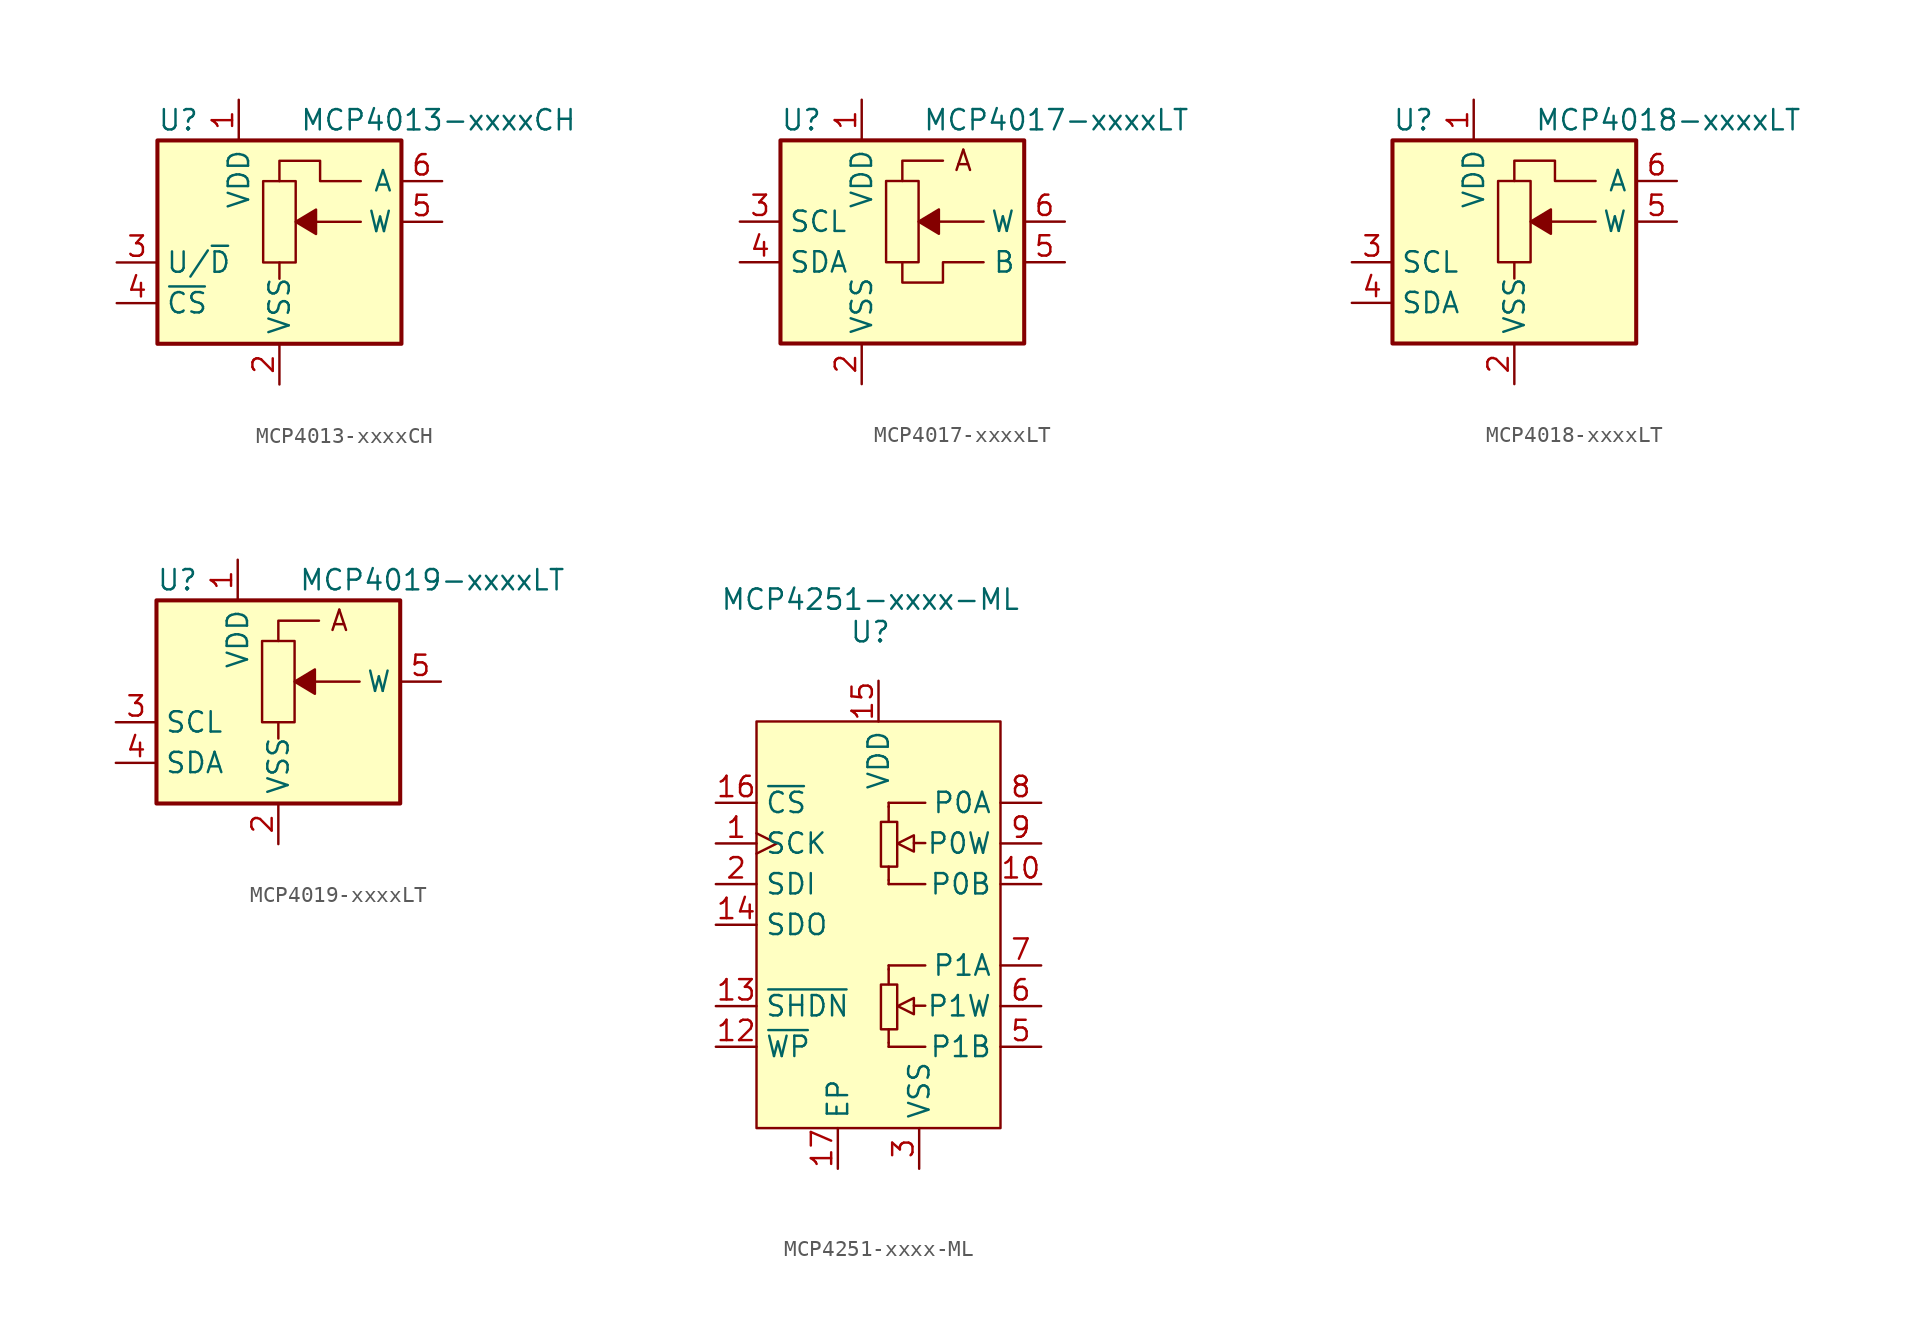
<source format=kicad_sym>
(kicad_symbol_lib
  (version 20201005)
  (generator kicad_symbol_editor)
  (symbol "Potentiometer_Digital:MCP4013-xxxxCH"
    (property "Reference" "U"
      (at -7.62 8.89 0)
      (effects (font (size 1.27 1.27)) (justify left)))
    (property "Value" "MCP4013-xxxxCH"
      (at 1.27 8.89 0)
      (effects (font (size 1.27 1.27)) (justify left)))
    (symbol "MCP4013-xxxxCH_0_1"
      (polyline (pts (xy 0 0) (xy 0 -1.016)) (stroke (width 0)) (fill (type none)))
      (polyline (pts (xy 5.08 5.08) (xy 2.54 5.08) (xy 2.54 6.35) (xy 0 6.35) (xy 0 5.08)) (stroke (width 0)) (fill (type none))))
    (symbol "MCP4013-xxxxCH_1_1"
      (rectangle (start -7.62 7.62) (end 7.62 -5.08) (stroke (width 0.254)) (fill (type background)))
      (rectangle (start 1.016 0) (end -1.016 5.08) (stroke (width 0)) (fill (type none)))
      (polyline (pts (xy 5.08 2.54) (xy 2.286 2.54)) (stroke (width 0)) (fill (type none)))
      (polyline (pts (xy 2.286 1.778) (xy 2.286 3.302) (xy 1.016 2.54) (xy 2.286 1.778)) (stroke (width 0)) (fill (type outline)))
      (pin power_in line (at -2.54 10.16 270) (length 2.54) (name "VDD" (effects (font (size 1.27 1.27)))) (number "1" (effects (font (size 1.27 1.27)))))
      (pin power_in line (at 0 -7.62 90) (length 2.54) (name "VSS" (effects (font (size 1.27 1.27)))) (number "2" (effects (font (size 1.27 1.27)))))
      (pin input line (at -10.16 0 0) (length 2.54) (name "U/~D" (effects (font (size 1.27 1.27)))) (number "3" (effects (font (size 1.27 1.27)))))
      (pin input line (at -10.16 -2.54 0) (length 2.54) (name "~CS" (effects (font (size 1.27 1.27)))) (number "4" (effects (font (size 1.27 1.27)))))
      (pin passive line (at 10.16 2.54 180) (length 2.54) (name "W" (effects (font (size 1.27 1.27)))) (number "5" (effects (font (size 1.27 1.27)))))
      (pin passive line (at 10.16 5.08 180) (length 2.54) (name "A" (effects (font (size 1.27 1.27)))) (number "6" (effects (font (size 1.27 1.27)))))))
  (symbol "Potentiometer_Digital:MCP4017-xxxxLT"
    (property "Reference" "U"
      (at -7.62 8.89 0)
      (effects (font (size 1.27 1.27)) (justify left)))
    (property "Value" "MCP4017-xxxxLT"
      (at 1.27 8.89 0)
      (effects (font (size 1.27 1.27)) (justify left)))
    (symbol "MCP4017-xxxxLT_0_0"
      (text "A" (at 3.81 6.35 0) (effects (font (size 1.27 1.27))))
      (polyline (pts (xy 0 5.08) (xy 0 6.35) (xy 2.54 6.35)) (stroke (width 0)) (fill (type none)))
      (polyline (pts (xy 5.08 0) (xy 2.54 0) (xy 2.54 -1.27) (xy 0 -1.27) (xy 0 0)) (stroke (width 0)) (fill (type none))))
    (symbol "MCP4017-xxxxLT_1_1"
      (rectangle (start -7.62 7.62) (end 7.62 -5.08) (stroke (width 0.254)) (fill (type background)))
      (rectangle (start 1.016 0) (end -1.016 5.08) (stroke (width 0)) (fill (type none)))
      (polyline (pts (xy 5.08 2.54) (xy 2.286 2.54)) (stroke (width 0)) (fill (type none)))
      (polyline (pts (xy 2.286 1.778) (xy 2.286 3.302) (xy 1.016 2.54) (xy 2.286 1.778)) (stroke (width 0)) (fill (type outline)))
      (pin power_in line (at -2.54 10.16 270) (length 2.54) (name "VDD" (effects (font (size 1.27 1.27)))) (number "1" (effects (font (size 1.27 1.27)))))
      (pin power_in line (at -2.54 -7.62 90) (length 2.54) (name "VSS" (effects (font (size 1.27 1.27)))) (number "2" (effects (font (size 1.27 1.27)))))
      (pin input line (at -10.16 2.54 0) (length 2.54) (name "SCL" (effects (font (size 1.27 1.27)))) (number "3" (effects (font (size 1.27 1.27)))))
      (pin bidirectional line (at -10.16 0 0) (length 2.54) (name "SDA" (effects (font (size 1.27 1.27)))) (number "4" (effects (font (size 1.27 1.27)))))
      (pin passive line (at 10.16 0 180) (length 2.54) (name "B" (effects (font (size 1.27 1.27)))) (number "5" (effects (font (size 1.27 1.27)))))
      (pin passive line (at 10.16 2.54 180) (length 2.54) (name "W" (effects (font (size 1.27 1.27)))) (number "6" (effects (font (size 1.27 1.27)))))))
  (symbol "Potentiometer_Digital:MCP4018-xxxxLT"
    (property "Reference" "U"
      (at -7.62 8.89 0)
      (effects (font (size 1.27 1.27)) (justify left)))
    (property "Value" "MCP4018-xxxxLT"
      (at 1.27 8.89 0)
      (effects (font (size 1.27 1.27)) (justify left)))
    (symbol "MCP4018-xxxxLT_0_1"
      (polyline (pts (xy 0 0) (xy 0 -1.016)) (stroke (width 0)) (fill (type none)))
      (polyline (pts (xy 5.08 5.08) (xy 2.54 5.08) (xy 2.54 6.35) (xy 0 6.35) (xy 0 5.08)) (stroke (width 0)) (fill (type none))))
    (symbol "MCP4018-xxxxLT_1_1"
      (rectangle (start -7.62 7.62) (end 7.62 -5.08) (stroke (width 0.254)) (fill (type background)))
      (rectangle (start 1.016 0) (end -1.016 5.08) (stroke (width 0)) (fill (type none)))
      (polyline (pts (xy 5.08 2.54) (xy 2.286 2.54)) (stroke (width 0)) (fill (type none)))
      (polyline (pts (xy 2.286 1.778) (xy 2.286 3.302) (xy 1.016 2.54) (xy 2.286 1.778)) (stroke (width 0)) (fill (type outline)))
      (pin power_in line (at -2.54 10.16 270) (length 2.54) (name "VDD" (effects (font (size 1.27 1.27)))) (number "1" (effects (font (size 1.27 1.27)))))
      (pin power_in line (at 0 -7.62 90) (length 2.54) (name "VSS" (effects (font (size 1.27 1.27)))) (number "2" (effects (font (size 1.27 1.27)))))
      (pin input line (at -10.16 0 0) (length 2.54) (name "SCL" (effects (font (size 1.27 1.27)))) (number "3" (effects (font (size 1.27 1.27)))))
      (pin bidirectional line (at -10.16 -2.54 0) (length 2.54) (name "SDA" (effects (font (size 1.27 1.27)))) (number "4" (effects (font (size 1.27 1.27)))))
      (pin passive line (at 10.16 2.54 180) (length 2.54) (name "W" (effects (font (size 1.27 1.27)))) (number "5" (effects (font (size 1.27 1.27)))))
      (pin passive line (at 10.16 5.08 180) (length 2.54) (name "A" (effects (font (size 1.27 1.27)))) (number "6" (effects (font (size 1.27 1.27)))))))
  (symbol "Potentiometer_Digital:MCP4019-xxxxLT"
    (property "Reference" "U"
      (at -7.62 8.89 0)
      (effects (font (size 1.27 1.27)) (justify left)))
    (property "Value" "MCP4019-xxxxLT"
      (at 1.27 8.89 0)
      (effects (font (size 1.27 1.27)) (justify left)))
    (symbol "MCP4019-xxxxLT_0_0"
      (text "A" (at 3.81 6.35 0) (effects (font (size 1.27 1.27))))
      (polyline (pts (xy 0 5.08) (xy 0 6.35) (xy 2.54 6.35)) (stroke (width 0)) (fill (type none))))
    (symbol "MCP4019-xxxxLT_0_1"
      (polyline (pts (xy 0 0) (xy 0 -1.016)) (stroke (width 0)) (fill (type none))))
    (symbol "MCP4019-xxxxLT_1_1"
      (rectangle (start -7.62 7.62) (end 7.62 -5.08) (stroke (width 0.254)) (fill (type background)))
      (rectangle (start 1.016 0) (end -1.016 5.08) (stroke (width 0)) (fill (type none)))
      (polyline (pts (xy 5.08 2.54) (xy 2.286 2.54)) (stroke (width 0)) (fill (type none)))
      (polyline (pts (xy 2.286 1.778) (xy 2.286 3.302) (xy 1.016 2.54) (xy 2.286 1.778)) (stroke (width 0)) (fill (type outline)))
      (pin power_in line (at -2.54 10.16 270) (length 2.54) (name "VDD" (effects (font (size 1.27 1.27)))) (number "1" (effects (font (size 1.27 1.27)))))
      (pin power_in line (at 0 -7.62 90) (length 2.54) (name "VSS" (effects (font (size 1.27 1.27)))) (number "2" (effects (font (size 1.27 1.27)))))
      (pin input line (at -10.16 0 0) (length 2.54) (name "SCL" (effects (font (size 1.27 1.27)))) (number "3" (effects (font (size 1.27 1.27)))))
      (pin bidirectional line (at -10.16 -2.54 0) (length 2.54) (name "SDA" (effects (font (size 1.27 1.27)))) (number "4" (effects (font (size 1.27 1.27)))))
      (pin passive line (at 10.16 2.54 180) (length 2.54) (name "W" (effects (font (size 1.27 1.27)))) (number "5" (effects (font (size 1.27 1.27)))))))
  (symbol "Potentiometer_Digital:MCP4251-xxxx-ML"
    (property "Reference" "U"
      (at -0.508 18.288 0)
      (effects (font (size 1.27 1.27))))
    (property "Value" "MCP4251-xxxx-ML"
      (at -0.508 20.32 0)
      (effects (font (size 1.27 1.27))))
    (symbol "MCP4251-xxxx-ML_0_1"
      (polyline (pts (xy 0 12.7) (xy 7.62 12.7) (xy 7.62 0) (xy 7.62 -12.7) (xy -7.62 -12.7) (xy -7.62 12.7) (xy 0 12.7)) (stroke (width 0)) (fill (type background))))
    (symbol "MCP4251-xxxx-ML_1_1"
      (rectangle (start 0.152 -3.734) (end 1.168 -6.528) (stroke (width 0)) (fill (type none)))
      (rectangle (start 0.152 6.426) (end 1.168 3.632) (stroke (width 0)) (fill (type none)))
      (polyline (pts (xy 0.635 -7.366) (xy 0.635 -6.528)) (stroke (width 0)) (fill (type none)))
      (polyline (pts (xy 0.635 -2.769) (xy 0.635 -3.708)) (stroke (width 0)) (fill (type none)))
      (polyline (pts (xy 0.635 2.794) (xy 0.635 3.632)) (stroke (width 0)) (fill (type none)))
      (polyline (pts (xy 0.635 7.391) (xy 0.635 6.452)) (stroke (width 0)) (fill (type none)))
      (polyline (pts (xy 2.21 -5.055) (xy 2.921 -5.055)) (stroke (width 0)) (fill (type none)))
      (polyline (pts (xy 2.21 5.105) (xy 2.921 5.105)) (stroke (width 0)) (fill (type none)))
      (polyline (pts (xy 0.635 -7.62) (xy 0.635 -7.366) (xy 0.635 -7.366)) (stroke (width 0)) (fill (type background)))
      (polyline (pts (xy 0.635 -7.62) (xy 2.921 -7.62) (xy 2.921 -7.62)) (stroke (width 0)) (fill (type background)))
      (polyline (pts (xy 0.635 -2.54) (xy 0.635 -2.794) (xy 0.635 -2.794)) (stroke (width 0)) (fill (type none)))
      (polyline (pts (xy 0.635 -2.54) (xy 2.921 -2.54) (xy 2.921 -2.54)) (stroke (width 0)) (fill (type background)))
      (polyline (pts (xy 0.635 2.54) (xy 0.635 2.794) (xy 0.635 2.794)) (stroke (width 0)) (fill (type background)))
      (polyline (pts (xy 0.635 2.54) (xy 2.921 2.54) (xy 2.921 2.54)) (stroke (width 0)) (fill (type background)))
      (polyline (pts (xy 0.635 7.62) (xy 0.635 7.366) (xy 0.635 7.366)) (stroke (width 0)) (fill (type none)))
      (polyline (pts (xy 0.635 7.62) (xy 2.921 7.62) (xy 2.921 7.62)) (stroke (width 0)) (fill (type background)))
      (polyline (pts (xy 2.21 -4.572) (xy 2.21 -5.588) (xy 1.194 -5.08) (xy 2.21 -4.572) (xy 2.21 -4.572)) (stroke (width 0)) (fill (type background)))
      (polyline (pts (xy 2.21 5.588) (xy 2.21 4.572) (xy 1.194 5.08) (xy 2.21 5.588) (xy 2.21 5.588)) (stroke (width 0)) (fill (type background)))
      (pin input clock (at -10.16 5.08 0) (length 2.54) (name "SCK" (effects (font (size 1.27 1.27)))) (number "1" (effects (font (size 1.27 1.27)))))
      (pin passive line (at 10.16 2.54 180) (length 2.54) (name "P0B" (effects (font (size 1.27 1.27)))) (number "10" (effects (font (size 1.27 1.27)))))
      (pin no_connect line (at 7.62 0 180) (length 2.54) hide (name "NC" (effects (font (size 1.27 1.27)))) (number "11" (effects (font (size 1.27 1.27)))))
      (pin input line (at -10.16 -7.62 0) (length 2.54) (name "~WP" (effects (font (size 1.27 1.27)))) (number "12" (effects (font (size 1.27 1.27)))))
      (pin input line (at -10.16 -5.08 0) (length 2.54) (name "~SHDN" (effects (font (size 1.27 1.27)))) (number "13" (effects (font (size 1.27 1.27)))))
      (pin output line (at -10.16 0 0) (length 2.54) (name "SDO" (effects (font (size 1.27 1.27)))) (number "14" (effects (font (size 1.27 1.27)))))
      (pin power_in line (at 0 15.24 270) (length 2.54) (name "VDD" (effects (font (size 1.27 1.27)))) (number "15" (effects (font (size 1.27 1.27)))))
      (pin input line (at -10.16 7.62 0) (length 2.54) (name "~CS" (effects (font (size 1.27 1.27)))) (number "16" (effects (font (size 1.27 1.27)))))
      (pin passive line (at -2.54 -15.24 90) (length 2.54) (name "EP" (effects (font (size 1.27 1.27)))) (number "17" (effects (font (size 1.27 1.27)))))
      (pin input line (at -10.16 2.54 0) (length 2.54) (name "SDI" (effects (font (size 1.27 1.27)))) (number "2" (effects (font (size 1.27 1.27)))))
      (pin power_in line (at 2.54 -15.24 90) (length 2.54) (name "VSS" (effects (font (size 1.27 1.27)))) (number "3" (effects (font (size 1.27 1.27)))))
      (pin passive line (at 2.54 -15.24 90) (length 2.54) hide (name "VSS" (effects (font (size 1.27 1.27)))) (number "4" (effects (font (size 1.27 1.27)))))
      (pin passive line (at 10.16 -7.62 180) (length 2.54) (name "P1B" (effects (font (size 1.27 1.27)))) (number "5" (effects (font (size 1.27 1.27)))))
      (pin passive line (at 10.16 -5.08 180) (length 2.54) (name "P1W" (effects (font (size 1.27 1.27)))) (number "6" (effects (font (size 1.27 1.27)))))
      (pin passive line (at 10.16 -2.54 180) (length 2.54) (name "P1A" (effects (font (size 1.27 1.27)))) (number "7" (effects (font (size 1.27 1.27)))))
      (pin passive line (at 10.16 7.62 180) (length 2.54) (name "P0A" (effects (font (size 1.27 1.27)))) (number "8" (effects (font (size 1.27 1.27)))))
      (pin passive line (at 10.16 5.08 180) (length 2.54) (name "P0W" (effects (font (size 1.27 1.27)))) (number "9" (effects (font (size 1.27 1.27))))))))
</source>
